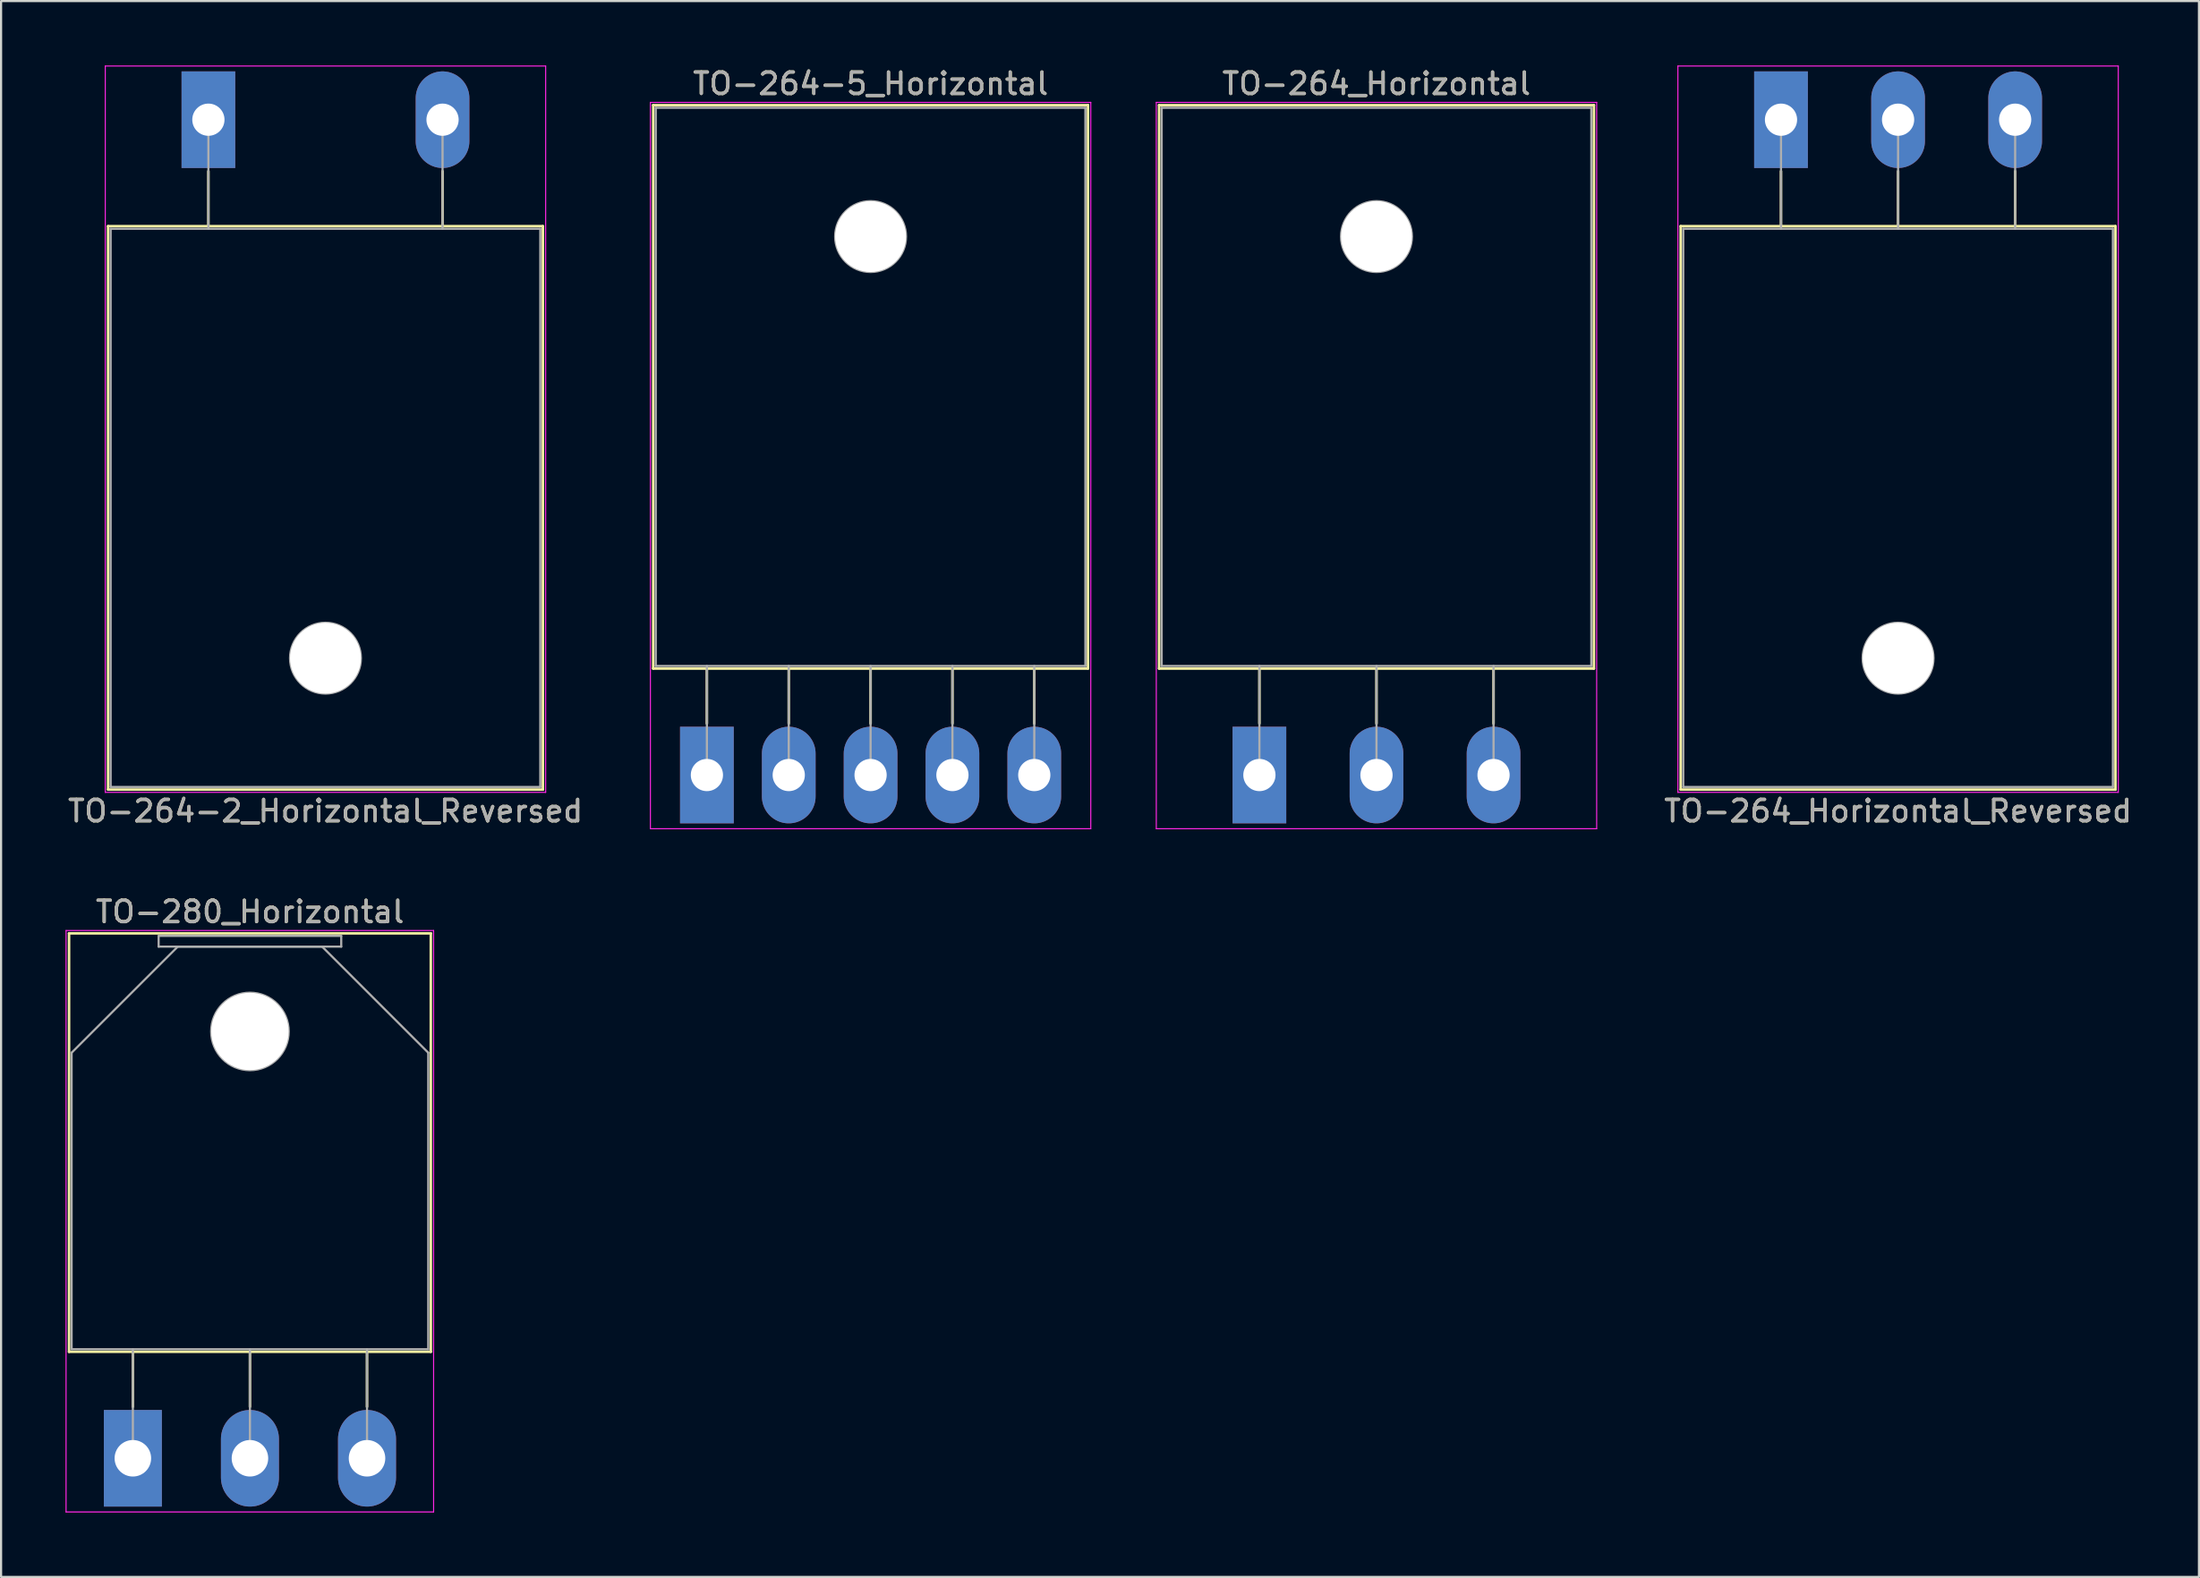
<source format=kicad_pcb>
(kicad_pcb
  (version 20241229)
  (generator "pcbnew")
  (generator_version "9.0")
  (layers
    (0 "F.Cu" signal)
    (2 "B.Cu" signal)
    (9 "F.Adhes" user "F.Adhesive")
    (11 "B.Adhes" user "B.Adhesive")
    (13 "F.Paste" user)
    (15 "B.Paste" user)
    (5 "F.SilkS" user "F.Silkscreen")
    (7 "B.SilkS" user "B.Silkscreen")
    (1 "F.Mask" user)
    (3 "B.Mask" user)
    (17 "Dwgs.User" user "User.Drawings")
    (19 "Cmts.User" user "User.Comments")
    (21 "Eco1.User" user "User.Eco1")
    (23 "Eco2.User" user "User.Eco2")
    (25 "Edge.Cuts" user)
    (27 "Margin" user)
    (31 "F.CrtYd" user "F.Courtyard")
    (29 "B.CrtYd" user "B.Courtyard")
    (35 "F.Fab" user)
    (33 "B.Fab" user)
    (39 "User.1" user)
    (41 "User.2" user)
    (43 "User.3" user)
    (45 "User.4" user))
  (footprint "TO-280_Horizontal"
    (layer "F.Cu")
    (at 3.135 64.871)
    (property "Reference" "TO-280_Horizontal" (at 5.45 -25.45 0) (layer "F.SilkS") (effects (font (size 1 1) (thickness 0.15))))
    (attr through_hole)
    (fp_line (start -2.971 -24.45) (end -2.971 -4.96) (stroke (width 0.12) (type solid)) (layer "F.SilkS"))
    (fp_line (start -2.971 -24.45) (end 13.87 -24.45) (stroke (width 0.12) (type solid)) (layer "F.SilkS"))
    (fp_line (start -2.971 -4.96) (end 13.87 -4.96) (stroke (width 0.12) (type solid)) (layer "F.SilkS"))
    (fp_line (start 0 -4.96) (end 0 -2.4) (stroke (width 0.12) (type solid)) (layer "F.SilkS"))
    (fp_line (start 5.45 -4.96) (end 5.45 -2.4) (stroke (width 0.12) (type solid)) (layer "F.SilkS"))
    (fp_line (start 10.9 -4.96) (end 10.9 -2.4) (stroke (width 0.12) (type solid)) (layer "F.SilkS"))
    (fp_line (start 13.87 -24.45) (end 13.87 -4.96) (stroke (width 0.12) (type solid)) (layer "F.SilkS"))
    (fp_line (start -3.11 -24.58) (end -3.11 2.5) (stroke (width 0.05) (type solid)) (layer "F.CrtYd"))
    (fp_line (start -3.11 2.5) (end 14 2.5) (stroke (width 0.05) (type solid)) (layer "F.CrtYd"))
    (fp_line (start 14 -24.58) (end -3.11 -24.58) (stroke (width 0.05) (type solid)) (layer "F.CrtYd"))
    (fp_line (start 14 2.5) (end 14 -24.58) (stroke (width 0.05) (type solid)) (layer "F.CrtYd"))
    (fp_line (start -2.851 -18.89) (end 2.09 -23.83) (stroke (width 0.1) (type solid)) (layer "F.Fab"))
    (fp_line (start -2.851 -5.08) (end -2.851 -18.89) (stroke (width 0.1) (type solid)) (layer "F.Fab"))
    (fp_line (start 0 -5.08) (end 0 0) (stroke (width 0.1) (type solid)) (layer "F.Fab"))
    (fp_line (start 1.2 -24.33) (end 9.7 -24.33) (stroke (width 0.1) (type solid)) (layer "F.Fab"))
    (fp_line (start 1.2 -23.83) (end 1.2 -24.33) (stroke (width 0.1) (type solid)) (layer "F.Fab"))
    (fp_line (start 2.09 -23.83) (end 8.81 -23.83) (stroke (width 0.1) (type solid)) (layer "F.Fab"))
    (fp_line (start 5.45 -5.08) (end 5.45 0) (stroke (width 0.1) (type solid)) (layer "F.Fab"))
    (fp_line (start 8.81 -23.83) (end 13.75 -18.89) (stroke (width 0.1) (type solid)) (layer "F.Fab"))
    (fp_line (start 9.7 -24.33) (end 9.7 -23.83) (stroke (width 0.1) (type solid)) (layer "F.Fab"))
    (fp_line (start 9.7 -23.83) (end 1.2 -23.83) (stroke (width 0.1) (type solid)) (layer "F.Fab"))
    (fp_line (start 10.9 -5.08) (end 10.9 0) (stroke (width 0.1) (type solid)) (layer "F.Fab"))
    (fp_line (start 13.75 -18.89) (end 13.75 -5.08) (stroke (width 0.1) (type solid)) (layer "F.Fab"))
    (fp_line (start 13.75 -5.08) (end -2.851 -5.08) (stroke (width 0.1) (type solid)) (layer "F.Fab"))
    (fp_circle (center 5.45 -19.88) (end 7.255 -19.88) (stroke (width 0.1) (type solid)) (fill no) (layer "F.Fab"))
    (fp_text user "${REFERENCE}" (at 5.45 -25.45 0) (layer "F.Fab") (effects (font (size 1 1) (thickness 0.15))))
    (pad "" np_thru_hole oval (at 5.45 -19.88) (size 3.6 3.6) (drill 3.6) (layers "*.Cu" "*.Mask"))
    (pad "1" thru_hole rect (at 0 0) (size 2.7 4.5) (drill 1.7) (layers "*.Cu" "*.Mask"))
    (pad "2" thru_hole oval (at 5.45 0) (size 2.7 4.5) (drill 1.7) (layers "*.Cu" "*.Mask"))
    (pad "3" thru_hole oval (at 10.9 0) (size 2.7 4.5) (drill 1.7) (layers "*.Cu" "*.Mask")))
  (footprint "TO-264_Horizontal_Reversed"
    (layer "F.Cu")
    (at 79.858 2.525)
    (property "Reference" "TO-264_Horizontal_Reversed" (at 5.45 32.2 0) (layer "F.SilkS") (effects (font (size 1 1) (thickness 0.15))))
    (attr through_hole)
    (fp_line (start -4.67 4.96) (end -4.67 31.2) (stroke (width 0.12) (type solid)) (layer "F.SilkS"))
    (fp_line (start -4.67 4.96) (end 15.57 4.96) (stroke (width 0.12) (type solid)) (layer "F.SilkS"))
    (fp_line (start -4.67 31.2) (end 15.57 31.2) (stroke (width 0.12) (type solid)) (layer "F.SilkS"))
    (fp_line (start 0 2.4) (end 0 4.96) (stroke (width 0.12) (type solid)) (layer "F.SilkS"))
    (fp_line (start 5.45 2.4) (end 5.45 4.96) (stroke (width 0.12) (type solid)) (layer "F.SilkS"))
    (fp_line (start 10.9 2.4) (end 10.9 4.96) (stroke (width 0.12) (type solid)) (layer "F.SilkS"))
    (fp_line (start 15.57 4.96) (end 15.57 31.2) (stroke (width 0.12) (type solid)) (layer "F.SilkS"))
    (fp_line (start -4.8 -2.5) (end -4.8 31.33) (stroke (width 0.05) (type solid)) (layer "F.CrtYd"))
    (fp_line (start -4.8 31.33) (end 15.7 31.33) (stroke (width 0.05) (type solid)) (layer "F.CrtYd"))
    (fp_line (start 15.7 -2.5) (end -4.8 -2.5) (stroke (width 0.05) (type solid)) (layer "F.CrtYd"))
    (fp_line (start 15.7 31.33) (end 15.7 -2.5) (stroke (width 0.05) (type solid)) (layer "F.CrtYd"))
    (fp_line (start -4.55 5.08) (end -4.55 31.08) (stroke (width 0.1) (type solid)) (layer "F.Fab"))
    (fp_line (start -4.55 31.08) (end 15.45 31.08) (stroke (width 0.1) (type solid)) (layer "F.Fab"))
    (fp_line (start 0 5.08) (end 0 0) (stroke (width 0.1) (type solid)) (layer "F.Fab"))
    (fp_line (start 5.45 5.08) (end 5.45 0) (stroke (width 0.1) (type solid)) (layer "F.Fab"))
    (fp_line (start 10.9 5.08) (end 10.9 0) (stroke (width 0.1) (type solid)) (layer "F.Fab"))
    (fp_line (start 15.45 5.08) (end -4.55 5.08) (stroke (width 0.1) (type solid)) (layer "F.Fab"))
    (fp_line (start 15.45 31.08) (end 15.45 5.08) (stroke (width 0.1) (type solid)) (layer "F.Fab"))
    (fp_circle (center 5.45 25.08) (end 7.1 25.08) (stroke (width 0.1) (type solid)) (fill no) (layer "F.Fab"))
    (fp_text user "${REFERENCE}" (at 5.45 32.2 0) (layer "F.Fab") (effects (font (size 1 1) (thickness 0.15))))
    (pad "" np_thru_hole oval (at 5.45 25.08) (size 3.3 3.3) (drill 3.3) (layers "*.Cu" "*.Mask"))
    (pad "1" thru_hole rect (at 0 0) (size 2.5 4.5) (drill 1.5) (layers "*.Cu" "*.Mask"))
    (pad "2" thru_hole oval (at 5.45 0) (size 2.5 4.5) (drill 1.5) (layers "*.Cu" "*.Mask"))
    (pad "3" thru_hole oval (at 10.9 0) (size 2.5 4.5) (drill 1.5) (layers "*.Cu" "*.Mask")))
  (footprint "TO-264-5_Horizontal"
    (layer "F.Cu")
    (at 29.857 33.048)
    (property "Reference" "TO-264-5_Horizontal" (at 7.62 -32.2 0) (layer "F.SilkS") (effects (font (size 1 1) (thickness 0.15))))
    (attr through_hole)
    (fp_line (start -2.5 -31.2) (end -2.5 -4.96) (stroke (width 0.12) (type solid)) (layer "F.SilkS"))
    (fp_line (start -2.5 -31.2) (end 17.74 -31.2) (stroke (width 0.12) (type solid)) (layer "F.SilkS"))
    (fp_line (start -2.5 -4.96) (end 17.74 -4.96) (stroke (width 0.12) (type solid)) (layer "F.SilkS"))
    (fp_line (start 0 -4.96) (end 0 -2.4) (stroke (width 0.12) (type solid)) (layer "F.SilkS"))
    (fp_line (start 3.81 -4.96) (end 3.81 -2.4) (stroke (width 0.12) (type solid)) (layer "F.SilkS"))
    (fp_line (start 7.62 -4.96) (end 7.62 -2.4) (stroke (width 0.12) (type solid)) (layer "F.SilkS"))
    (fp_line (start 11.43 -4.96) (end 11.43 -2.4) (stroke (width 0.12) (type solid)) (layer "F.SilkS"))
    (fp_line (start 15.24 -4.96) (end 15.24 -2.4) (stroke (width 0.12) (type solid)) (layer "F.SilkS"))
    (fp_line (start 17.74 -31.2) (end 17.74 -4.96) (stroke (width 0.12) (type solid)) (layer "F.SilkS"))
    (fp_line (start -2.63 -31.33) (end -2.63 2.5) (stroke (width 0.05) (type solid)) (layer "F.CrtYd"))
    (fp_line (start -2.63 2.5) (end 17.87 2.5) (stroke (width 0.05) (type solid)) (layer "F.CrtYd"))
    (fp_line (start 17.87 -31.33) (end -2.63 -31.33) (stroke (width 0.05) (type solid)) (layer "F.CrtYd"))
    (fp_line (start 17.87 2.5) (end 17.87 -31.33) (stroke (width 0.05) (type solid)) (layer "F.CrtYd"))
    (fp_line (start -2.38 -31.08) (end 17.62 -31.08) (stroke (width 0.1) (type solid)) (layer "F.Fab"))
    (fp_line (start -2.38 -5.08) (end -2.38 -31.08) (stroke (width 0.1) (type solid)) (layer "F.Fab"))
    (fp_line (start 0 -5.08) (end 0 0) (stroke (width 0.1) (type solid)) (layer "F.Fab"))
    (fp_line (start 3.81 -5.08) (end 3.81 0) (stroke (width 0.1) (type solid)) (layer "F.Fab"))
    (fp_line (start 7.62 -5.08) (end 7.62 0) (stroke (width 0.1) (type solid)) (layer "F.Fab"))
    (fp_line (start 11.43 -5.08) (end 11.43 0) (stroke (width 0.1) (type solid)) (layer "F.Fab"))
    (fp_line (start 15.24 -5.08) (end 15.24 0) (stroke (width 0.1) (type solid)) (layer "F.Fab"))
    (fp_line (start 17.62 -31.08) (end 17.62 -5.08) (stroke (width 0.1) (type solid)) (layer "F.Fab"))
    (fp_line (start 17.62 -5.08) (end -2.38 -5.08) (stroke (width 0.1) (type solid)) (layer "F.Fab"))
    (fp_circle (center 7.62 -25.08) (end 9.27 -25.08) (stroke (width 0.1) (type solid)) (fill no) (layer "F.Fab"))
    (fp_text user "${REFERENCE}" (at 7.62 -32.2 0) (layer "F.Fab") (effects (font (size 1 1) (thickness 0.15))))
    (pad "" np_thru_hole oval (at 7.62 -25.08) (size 3.3 3.3) (drill 3.3) (layers "*.Cu" "*.Mask"))
    (pad "1" thru_hole rect (at 0 0) (size 2.5 4.5) (drill 1.5) (layers "*.Cu" "*.Mask"))
    (pad "2" thru_hole oval (at 3.81 0) (size 2.5 4.5) (drill 1.5) (layers "*.Cu" "*.Mask"))
    (pad "3" thru_hole oval (at 7.62 0) (size 2.5 4.5) (drill 1.5) (layers "*.Cu" "*.Mask"))
    (pad "4" thru_hole oval (at 11.43 0) (size 2.5 4.5) (drill 1.5) (layers "*.Cu" "*.Mask"))
    (pad "5" thru_hole oval (at 15.24 0) (size 2.5 4.5) (drill 1.5) (layers "*.Cu" "*.Mask")))
  (footprint "TO-264-2_Horizontal_Reversed"
    (layer "F.Cu")
    (at 6.651 2.525)
    (property "Reference" "TO-264-2_Horizontal_Reversed" (at 5.45 32.2 0) (layer "F.SilkS") (effects (font (size 1 1) (thickness 0.15))))
    (attr through_hole)
    (fp_line (start -4.67 4.96) (end -4.67 31.2) (stroke (width 0.12) (type solid)) (layer "F.SilkS"))
    (fp_line (start -4.67 4.96) (end 15.57 4.96) (stroke (width 0.12) (type solid)) (layer "F.SilkS"))
    (fp_line (start -4.67 31.2) (end 15.57 31.2) (stroke (width 0.12) (type solid)) (layer "F.SilkS"))
    (fp_line (start 0 2.4) (end 0 4.96) (stroke (width 0.12) (type solid)) (layer "F.SilkS"))
    (fp_line (start 10.9 2.4) (end 10.9 4.96) (stroke (width 0.12) (type solid)) (layer "F.SilkS"))
    (fp_line (start 15.57 4.96) (end 15.57 31.2) (stroke (width 0.12) (type solid)) (layer "F.SilkS"))
    (fp_line (start -4.8 -2.5) (end -4.8 31.33) (stroke (width 0.05) (type solid)) (layer "F.CrtYd"))
    (fp_line (start -4.8 31.33) (end 15.7 31.33) (stroke (width 0.05) (type solid)) (layer "F.CrtYd"))
    (fp_line (start 15.7 -2.5) (end -4.8 -2.5) (stroke (width 0.05) (type solid)) (layer "F.CrtYd"))
    (fp_line (start 15.7 31.33) (end 15.7 -2.5) (stroke (width 0.05) (type solid)) (layer "F.CrtYd"))
    (fp_line (start -4.55 5.08) (end -4.55 31.08) (stroke (width 0.1) (type solid)) (layer "F.Fab"))
    (fp_line (start -4.55 31.08) (end 15.45 31.08) (stroke (width 0.1) (type solid)) (layer "F.Fab"))
    (fp_line (start 0 5.08) (end 0 0) (stroke (width 0.1) (type solid)) (layer "F.Fab"))
    (fp_line (start 10.9 5.08) (end 10.9 0) (stroke (width 0.1) (type solid)) (layer "F.Fab"))
    (fp_line (start 15.45 5.08) (end -4.55 5.08) (stroke (width 0.1) (type solid)) (layer "F.Fab"))
    (fp_line (start 15.45 31.08) (end 15.45 5.08) (stroke (width 0.1) (type solid)) (layer "F.Fab"))
    (fp_circle (center 5.45 25.08) (end 7.1 25.08) (stroke (width 0.1) (type solid)) (fill no) (layer "F.Fab"))
    (fp_text user "${REFERENCE}" (at 5.45 32.2 0) (layer "F.Fab") (effects (font (size 1 1) (thickness 0.15))))
    (pad "" np_thru_hole oval (at 5.45 25.08) (size 3.3 3.3) (drill 3.3) (layers "*.Cu" "*.Mask"))
    (pad "1" thru_hole rect (at 0 0) (size 2.5 4.5) (drill 1.5) (layers "*.Cu" "*.Mask"))
    (pad "2" thru_hole oval (at 10.9 0) (size 2.5 4.5) (drill 1.5) (layers "*.Cu" "*.Mask")))
  (footprint "TO-264_Horizontal"
    (layer "F.Cu")
    (at 55.577 33.048)
    (property "Reference" "TO-264_Horizontal" (at 5.45 -32.2 0) (layer "F.SilkS") (effects (font (size 1 1) (thickness 0.15))))
    (attr through_hole)
    (fp_line (start -4.67 -31.2) (end -4.67 -4.96) (stroke (width 0.12) (type solid)) (layer "F.SilkS"))
    (fp_line (start -4.67 -31.2) (end 15.57 -31.2) (stroke (width 0.12) (type solid)) (layer "F.SilkS"))
    (fp_line (start -4.67 -4.96) (end 15.57 -4.96) (stroke (width 0.12) (type solid)) (layer "F.SilkS"))
    (fp_line (start 0 -4.96) (end 0 -2.4) (stroke (width 0.12) (type solid)) (layer "F.SilkS"))
    (fp_line (start 5.45 -4.96) (end 5.45 -2.4) (stroke (width 0.12) (type solid)) (layer "F.SilkS"))
    (fp_line (start 10.9 -4.96) (end 10.9 -2.4) (stroke (width 0.12) (type solid)) (layer "F.SilkS"))
    (fp_line (start 15.57 -31.2) (end 15.57 -4.96) (stroke (width 0.12) (type solid)) (layer "F.SilkS"))
    (fp_line (start -4.8 -31.33) (end -4.8 2.5) (stroke (width 0.05) (type solid)) (layer "F.CrtYd"))
    (fp_line (start -4.8 2.5) (end 15.7 2.5) (stroke (width 0.05) (type solid)) (layer "F.CrtYd"))
    (fp_line (start 15.7 -31.33) (end -4.8 -31.33) (stroke (width 0.05) (type solid)) (layer "F.CrtYd"))
    (fp_line (start 15.7 2.5) (end 15.7 -31.33) (stroke (width 0.05) (type solid)) (layer "F.CrtYd"))
    (fp_line (start -4.55 -31.08) (end 15.45 -31.08) (stroke (width 0.1) (type solid)) (layer "F.Fab"))
    (fp_line (start -4.55 -5.08) (end -4.55 -31.08) (stroke (width 0.1) (type solid)) (layer "F.Fab"))
    (fp_line (start 0 -5.08) (end 0 0) (stroke (width 0.1) (type solid)) (layer "F.Fab"))
    (fp_line (start 5.45 -5.08) (end 5.45 0) (stroke (width 0.1) (type solid)) (layer "F.Fab"))
    (fp_line (start 10.9 -5.08) (end 10.9 0) (stroke (width 0.1) (type solid)) (layer "F.Fab"))
    (fp_line (start 15.45 -31.08) (end 15.45 -5.08) (stroke (width 0.1) (type solid)) (layer "F.Fab"))
    (fp_line (start 15.45 -5.08) (end -4.55 -5.08) (stroke (width 0.1) (type solid)) (layer "F.Fab"))
    (fp_circle (center 5.45 -25.08) (end 7.1 -25.08) (stroke (width 0.1) (type solid)) (fill no) (layer "F.Fab"))
    (fp_text user "${REFERENCE}" (at 5.45 -32.2 0) (layer "F.Fab") (effects (font (size 1 1) (thickness 0.15))))
    (pad "" np_thru_hole oval (at 5.45 -25.08) (size 3.3 3.3) (drill 3.3) (layers "*.Cu" "*.Mask"))
    (pad "1" thru_hole rect (at 0 0) (size 2.5 4.5) (drill 1.5) (layers "*.Cu" "*.Mask"))
    (pad "2" thru_hole oval (at 5.45 0) (size 2.5 4.5) (drill 1.5) (layers "*.Cu" "*.Mask"))
    (pad "3" thru_hole oval (at 10.9 0) (size 2.5 4.5) (drill 1.5) (layers "*.Cu" "*.Mask")))
  (gr_rect
    (start -3 -3)
    (end 99.314 70.397)
    (stroke (width 0.1) (type default))
    (fill no)
    (layer "Edge.Cuts")))
</source>
